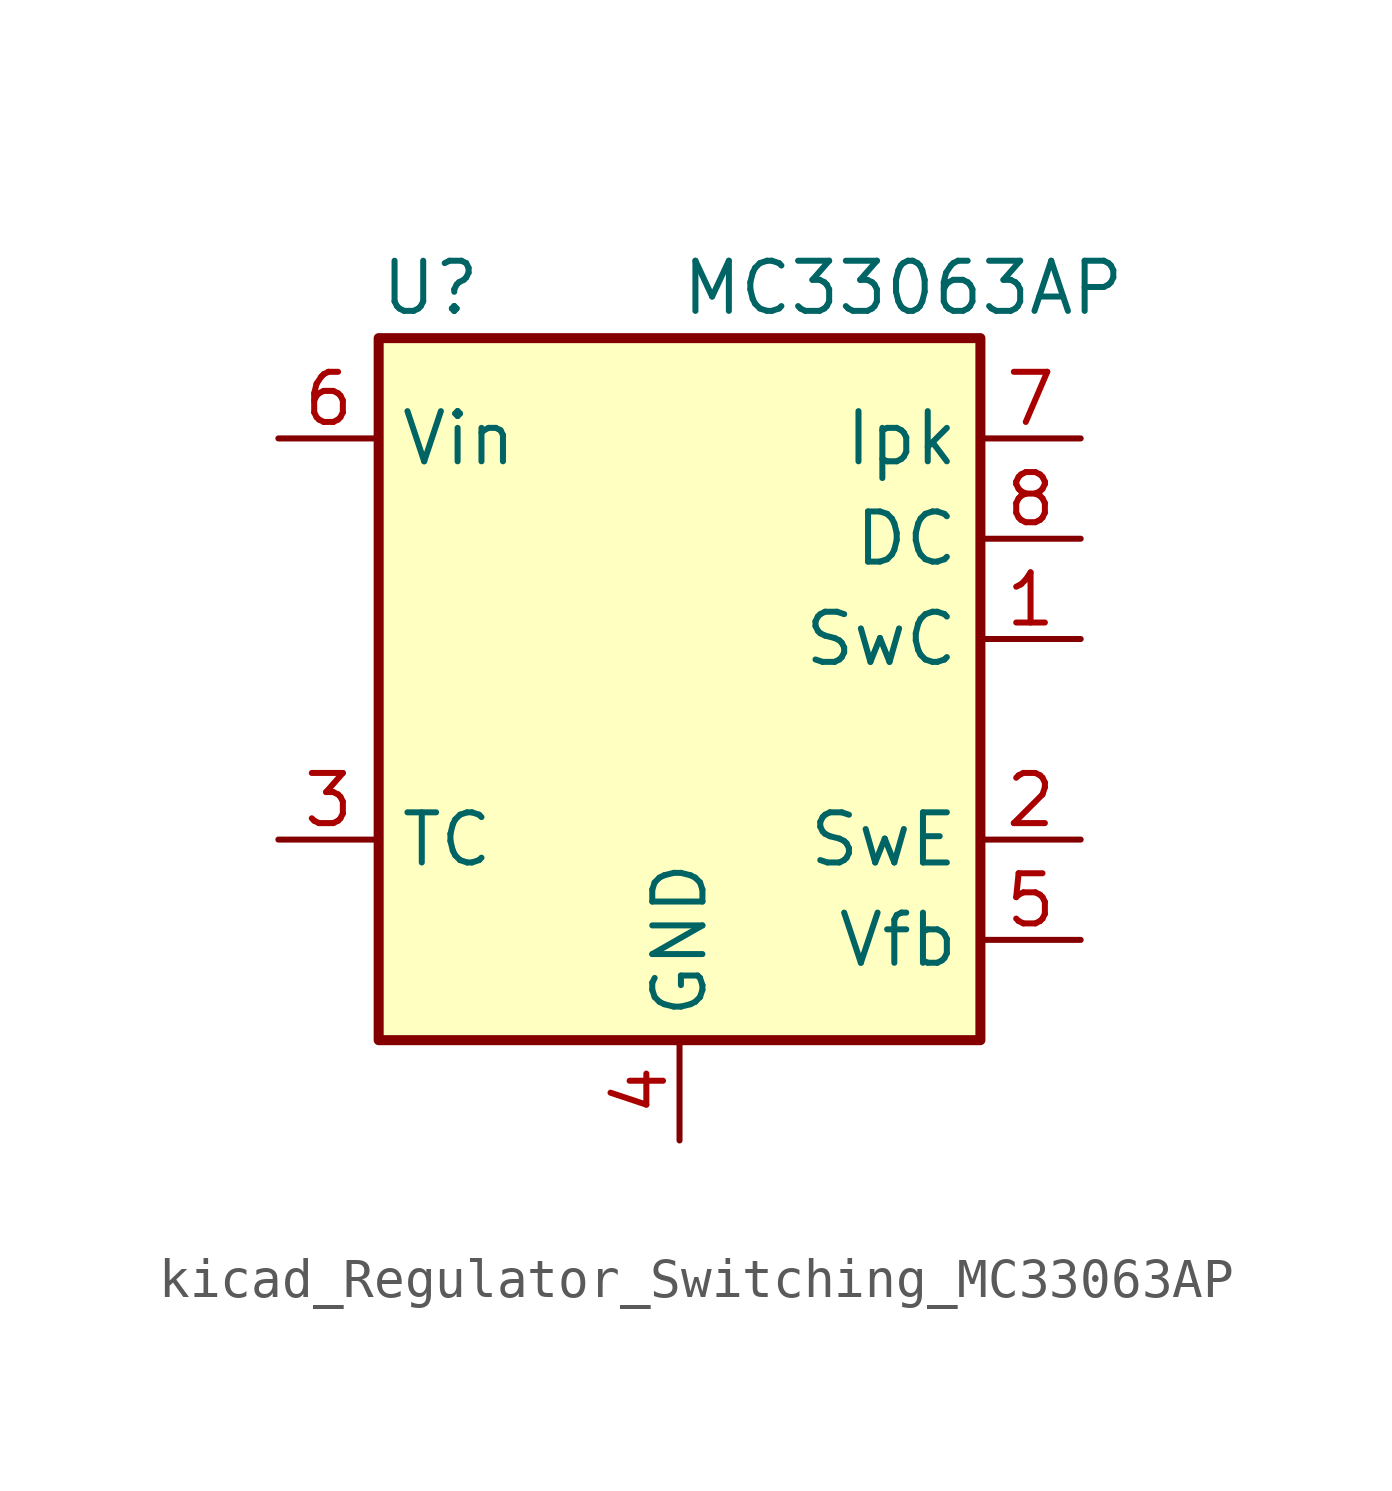
<source format=kicad_sym>
(kicad_symbol_lib
  (version 20220914)
  (generator kicad_symbol_editor)
  (symbol "kicad_Regulator_Switching_MC33063AP"
    (property "Reference" "U"
      (at -7.62 8.89 0)
      (effects (font (size 1.27 1.27)) (justify left)))
    (property "Value" "MC33063AP"
      (at 0 8.89 0)
      (effects (font (size 1.27 1.27)) (justify left)))
    (symbol "kicad_Regulator_Switching_MC33063AP_0_1"
      (rectangle (start -7.62 7.62) (end 7.62 -10.16) (stroke (width 0.254) (type default)) (fill (type background))))
    (symbol "kicad_Regulator_Switching_MC33063AP_1_1"
      (pin open_collector line (at 10.16 0 180) (length 2.54) (name "SwC" (effects (font (size 1.27 1.27)))) (number "1" (effects (font (size 1.27 1.27)))))
      (pin open_emitter line (at 10.16 -5.08 180) (length 2.54) (name "SwE" (effects (font (size 1.27 1.27)))) (number "2" (effects (font (size 1.27 1.27)))))
      (pin passive line (at -10.16 -5.08 0) (length 2.54) (name "TC" (effects (font (size 1.27 1.27)))) (number "3" (effects (font (size 1.27 1.27)))))
      (pin power_in line (at 0 -12.7 90) (length 2.54) (name "GND" (effects (font (size 1.27 1.27)))) (number "4" (effects (font (size 1.27 1.27)))))
      (pin input line (at 10.16 -7.62 180) (length 2.54) (name "Vfb" (effects (font (size 1.27 1.27)))) (number "5" (effects (font (size 1.27 1.27)))))
      (pin power_in line (at -10.16 5.08 0) (length 2.54) (name "Vin" (effects (font (size 1.27 1.27)))) (number "6" (effects (font (size 1.27 1.27)))))
      (pin input line (at 10.16 5.08 180) (length 2.54) (name "Ipk" (effects (font (size 1.27 1.27)))) (number "7" (effects (font (size 1.27 1.27)))))
      (pin open_collector line (at 10.16 2.54 180) (length 2.54) (name "DC" (effects (font (size 1.27 1.27)))) (number "8" (effects (font (size 1.27 1.27))))))))
</source>
